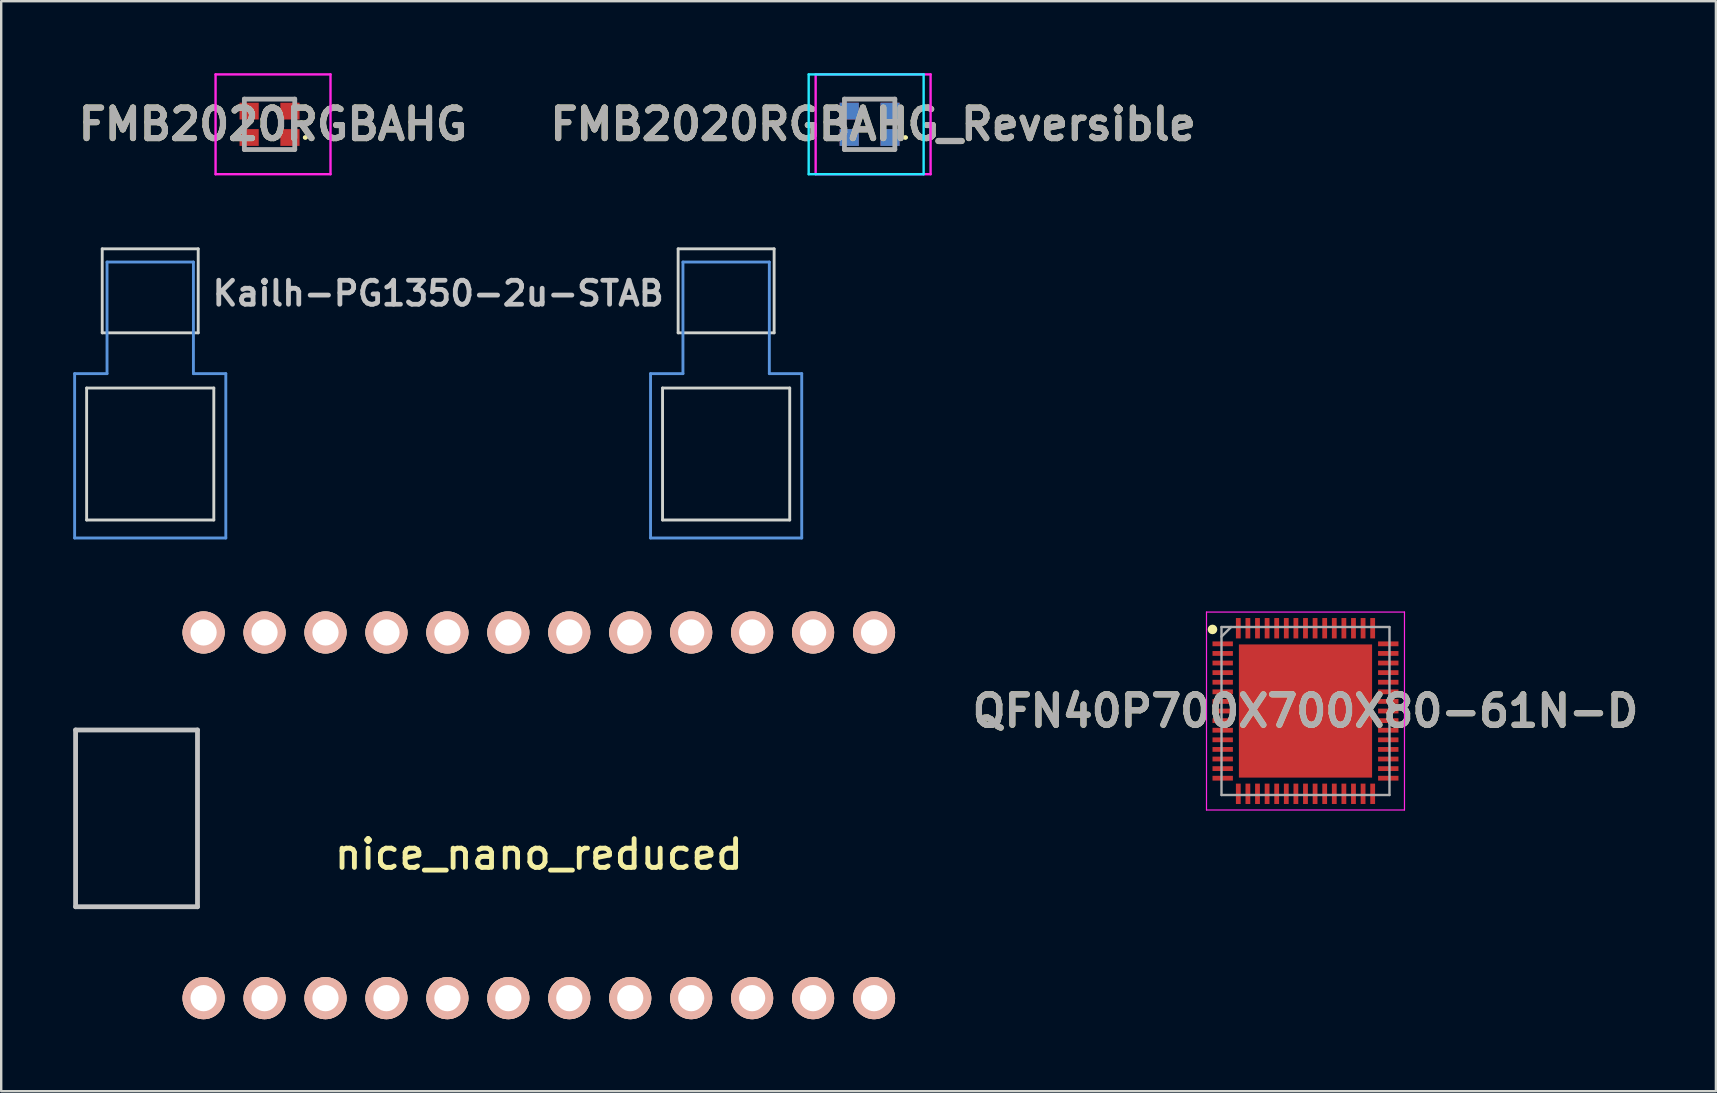
<source format=kicad_pcb>
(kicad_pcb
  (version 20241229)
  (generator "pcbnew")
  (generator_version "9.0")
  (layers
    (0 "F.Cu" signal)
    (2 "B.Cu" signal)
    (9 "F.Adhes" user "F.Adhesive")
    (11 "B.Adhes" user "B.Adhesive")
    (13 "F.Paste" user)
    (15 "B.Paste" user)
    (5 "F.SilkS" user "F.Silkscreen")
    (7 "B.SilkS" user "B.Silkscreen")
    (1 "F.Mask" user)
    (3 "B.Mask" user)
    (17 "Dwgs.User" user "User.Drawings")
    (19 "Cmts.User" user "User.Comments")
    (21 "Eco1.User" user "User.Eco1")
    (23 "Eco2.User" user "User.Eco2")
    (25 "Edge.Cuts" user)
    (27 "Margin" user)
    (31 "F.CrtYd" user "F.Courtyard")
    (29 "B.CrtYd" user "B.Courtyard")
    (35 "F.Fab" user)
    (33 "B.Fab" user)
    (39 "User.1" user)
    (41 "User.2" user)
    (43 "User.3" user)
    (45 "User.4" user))
  (footprint "FMB2020RGBAHG_Reversible"
    (layer "F.Cu")
    (at 33.19 2.13)
    (property "Reference" "FMB2020RGBAHG_Reversible" (at 0.145 0 0) (layer "F.SilkS") (effects (font (size 1.27 1.27) (thickness 0.254))))
    (attr smd)
    (fp_line (start -1.08 -1.08) (end 1.08 -1.08) (stroke (width 0.1) (type solid)) (layer "F.SilkS"))
    (fp_line (start 1.06 1.08) (end -1.08 1.08) (stroke (width 0.1) (type solid)) (layer "F.SilkS"))
    (fp_line (start 1.44 0.55) (end 1.44 0.55) (stroke (width 0.1) (type solid)) (layer "F.SilkS"))
    (fp_line (start 1.54 0.55) (end 1.54 0.55) (stroke (width 0.1) (type solid)) (layer "F.SilkS"))
    (fp_arc (start 1.44 0.55) (mid 1.49 0.5) (end 1.54 0.55) (stroke (width 0.1) (type solid)) (layer "F.SilkS"))
    (fp_arc (start 1.54 0.55) (mid 1.49 0.6) (end 1.44 0.55) (stroke (width 0.1) (type solid)) (layer "F.SilkS"))
    (fp_line (start -2.54 -2.08) (end -2.54 2.08) (stroke (width 0.1) (type solid)) (layer "B.CrtYd"))
    (fp_line (start -2.54 2.08) (end 2.25 2.08) (stroke (width 0.1) (type solid)) (layer "B.CrtYd"))
    (fp_line (start 2.25 -2.08) (end -2.54 -2.08) (stroke (width 0.1) (type solid)) (layer "B.CrtYd"))
    (fp_line (start 2.25 2.08) (end 2.25 -2.08) (stroke (width 0.1) (type solid)) (layer "B.CrtYd"))
    (fp_line (start -2.25 -2.08) (end 2.54 -2.08) (stroke (width 0.1) (type solid)) (layer "F.CrtYd"))
    (fp_line (start -2.25 2.08) (end -2.25 -2.08) (stroke (width 0.1) (type solid)) (layer "F.CrtYd"))
    (fp_line (start 2.54 -2.08) (end 2.54 2.08) (stroke (width 0.1) (type solid)) (layer "F.CrtYd"))
    (fp_line (start 2.54 2.08) (end -2.25 2.08) (stroke (width 0.1) (type solid)) (layer "F.CrtYd"))
    (fp_line (start -1.05 -1.05) (end 1.05 -1.05) (stroke (width 0.2) (type solid)) (layer "F.Fab"))
    (fp_line (start -1.05 1.05) (end -1.05 -1.05) (stroke (width 0.2) (type solid)) (layer "F.Fab"))
    (fp_line (start 1.05 -1.05) (end 1.05 1.05) (stroke (width 0.2) (type solid)) (layer "F.Fab"))
    (fp_line (start 1.05 1.05) (end -1.05 1.05) (stroke (width 0.2) (type solid)) (layer "F.Fab"))
    (fp_text user "${REFERENCE}" (at 0.145 0 0) (layer "F.Fab") (effects (font (size 1.27 1.27) (thickness 0.254))))
    (pad "1" smd rect (at -0.85 0.55 270) (size 0.7 0.8) (layers "B.Cu" "B.Mask" "B.Paste"))
    (pad "1" smd rect (at 0.85 0.55 90) (size 0.7 0.8) (layers "F.Cu" "F.Mask" "F.Paste"))
    (pad "2" smd rect (at -0.85 0.55 90) (size 0.7 0.8) (layers "F.Cu" "F.Mask" "F.Paste"))
    (pad "2" smd rect (at 0.85 0.55 270) (size 0.7 0.8) (layers "B.Cu" "B.Mask" "B.Paste"))
    (pad "3" smd rect (at -0.85 -0.55 90) (size 0.7 0.8) (layers "F.Cu" "F.Mask" "F.Paste"))
    (pad "3" smd rect (at 0.85 -0.55 270) (size 0.7 0.8) (layers "B.Cu" "B.Mask" "B.Paste"))
    (pad "4" smd rect (at -0.85 -0.55 270) (size 0.7 0.8) (layers "B.Cu" "B.Mask" "B.Paste"))
    (pad "4" smd rect (at 0.85 -0.55 90) (size 0.7 0.8) (layers "F.Cu" "F.Mask" "F.Paste")))
  (footprint "nice_nano_reduced"
    (layer "F.Cu")
    (at 19.404 30.926)
    (property "Reference" "nice_nano_reduced" (at 0 1.625 0) (layer "F.SilkS") (effects (font (size 1.2 1.2) (thickness 0.203))))
    (attr through_hole)
    (fp_line (start -19.304 -3.556) (end -14.224 -3.556) (stroke (width 0.2) (type solid)) (layer "Dwgs.User"))
    (fp_line (start -19.304 3.81) (end -19.304 -3.556) (stroke (width 0.2) (type solid)) (layer "Dwgs.User"))
    (fp_line (start -14.224 -3.556) (end -14.224 3.81) (stroke (width 0.2) (type solid)) (layer "Dwgs.User"))
    (fp_line (start -14.224 3.81) (end -19.304 3.81) (stroke (width 0.2) (type solid)) (layer "Dwgs.User"))
    (pad "1" thru_hole circle (at -13.97 7.62) (size 1.753 1.753) (drill 1.092) (layers "*.Cu" "*.SilkS" "*.Mask"))
    (pad "2" thru_hole circle (at -11.43 7.62) (size 1.753 1.753) (drill 1.092) (layers "*.Cu" "*.SilkS" "*.Mask"))
    (pad "3" thru_hole circle (at -8.89 7.62) (size 1.753 1.753) (drill 1.092) (layers "*.Cu" "*.SilkS" "*.Mask"))
    (pad "4" thru_hole circle (at -6.35 7.62) (size 1.753 1.753) (drill 1.092) (layers "*.Cu" "*.SilkS" "*.Mask"))
    (pad "5" thru_hole circle (at -3.81 7.62) (size 1.753 1.753) (drill 1.092) (layers "*.Cu" "*.SilkS" "*.Mask"))
    (pad "6" thru_hole circle (at -1.27 7.62) (size 1.753 1.753) (drill 1.092) (layers "*.Cu" "*.SilkS" "*.Mask"))
    (pad "7" thru_hole circle (at 1.27 7.62) (size 1.753 1.753) (drill 1.092) (layers "*.Cu" "*.SilkS" "*.Mask"))
    (pad "8" thru_hole circle (at 3.81 7.62) (size 1.753 1.753) (drill 1.092) (layers "*.Cu" "*.SilkS" "*.Mask"))
    (pad "9" thru_hole circle (at 6.35 7.62) (size 1.753 1.753) (drill 1.092) (layers "*.Cu" "*.SilkS" "*.Mask"))
    (pad "10" thru_hole circle (at 8.89 7.62) (size 1.753 1.753) (drill 1.092) (layers "*.Cu" "*.SilkS" "*.Mask"))
    (pad "11" thru_hole circle (at 11.43 7.62) (size 1.753 1.753) (drill 1.092) (layers "*.Cu" "*.SilkS" "*.Mask"))
    (pad "12" thru_hole circle (at 13.97 7.62) (size 1.753 1.753) (drill 1.092) (layers "*.Cu" "*.SilkS" "*.Mask"))
    (pad "13" thru_hole circle (at 13.97 -7.62) (size 1.753 1.753) (drill 1.092) (layers "*.Cu" "*.SilkS" "*.Mask"))
    (pad "14" thru_hole circle (at 11.43 -7.62) (size 1.753 1.753) (drill 1.092) (layers "*.Cu" "*.SilkS" "*.Mask"))
    (pad "15" thru_hole circle (at 8.89 -7.62) (size 1.753 1.753) (drill 1.092) (layers "*.Cu" "*.SilkS" "*.Mask"))
    (pad "16" thru_hole circle (at 6.35 -7.62) (size 1.753 1.753) (drill 1.092) (layers "*.Cu" "*.SilkS" "*.Mask"))
    (pad "17" thru_hole circle (at 3.81 -7.62) (size 1.753 1.753) (drill 1.092) (layers "*.Cu" "*.SilkS" "*.Mask"))
    (pad "18" thru_hole circle (at 1.27 -7.62) (size 1.753 1.753) (drill 1.092) (layers "*.Cu" "*.SilkS" "*.Mask"))
    (pad "19" thru_hole circle (at -1.27 -7.62) (size 1.753 1.753) (drill 1.092) (layers "*.Cu" "*.SilkS" "*.Mask"))
    (pad "20" thru_hole circle (at -3.81 -7.62) (size 1.753 1.753) (drill 1.092) (layers "*.Cu" "*.SilkS" "*.Mask"))
    (pad "21" thru_hole circle (at -6.35 -7.62) (size 1.753 1.753) (drill 1.092) (layers "*.Cu" "*.SilkS" "*.Mask"))
    (pad "22" thru_hole circle (at -8.89 -7.62) (size 1.753 1.753) (drill 1.092) (layers "*.Cu" "*.SilkS" "*.Mask"))
    (pad "23" thru_hole circle (at -11.43 -7.62) (size 1.753 1.753) (drill 1.092) (layers "*.Cu" "*.SilkS" "*.Mask"))
    (pad "24" thru_hole circle (at -13.97 -7.62) (size 1.753 1.753) (drill 1.092) (layers "*.Cu" "*.SilkS" "*.Mask")))
  (footprint "FMB2020RGBAHG"
    (layer "F.Cu")
    (at 8.183 2.13)
    (property "Reference" "FMB2020RGBAHG" (at 0.145 0 0) (layer "F.SilkS") (effects (font (size 1.27 1.27) (thickness 0.254))))
    (attr smd)
    (fp_line (start -1.08 -1.08) (end 1.08 -1.08) (stroke (width 0.1) (type solid)) (layer "F.SilkS"))
    (fp_line (start 1.06 1.08) (end -1.08 1.08) (stroke (width 0.1) (type solid)) (layer "F.SilkS"))
    (fp_line (start 1.44 0.55) (end 1.44 0.55) (stroke (width 0.1) (type solid)) (layer "F.SilkS"))
    (fp_line (start 1.54 0.55) (end 1.54 0.55) (stroke (width 0.1) (type solid)) (layer "F.SilkS"))
    (fp_arc (start 1.44 0.55) (mid 1.49 0.5) (end 1.54 0.55) (stroke (width 0.1) (type solid)) (layer "F.SilkS"))
    (fp_arc (start 1.54 0.55) (mid 1.49 0.6) (end 1.44 0.55) (stroke (width 0.1) (type solid)) (layer "F.SilkS"))
    (fp_line (start -2.25 -2.08) (end 2.54 -2.08) (stroke (width 0.1) (type solid)) (layer "F.CrtYd"))
    (fp_line (start -2.25 2.08) (end -2.25 -2.08) (stroke (width 0.1) (type solid)) (layer "F.CrtYd"))
    (fp_line (start 2.54 -2.08) (end 2.54 2.08) (stroke (width 0.1) (type solid)) (layer "F.CrtYd"))
    (fp_line (start 2.54 2.08) (end -2.25 2.08) (stroke (width 0.1) (type solid)) (layer "F.CrtYd"))
    (fp_line (start -1.05 -1.05) (end 1.05 -1.05) (stroke (width 0.2) (type solid)) (layer "F.Fab"))
    (fp_line (start -1.05 1.05) (end -1.05 -1.05) (stroke (width 0.2) (type solid)) (layer "F.Fab"))
    (fp_line (start 1.05 -1.05) (end 1.05 1.05) (stroke (width 0.2) (type solid)) (layer "F.Fab"))
    (fp_line (start 1.05 1.05) (end -1.05 1.05) (stroke (width 0.2) (type solid)) (layer "F.Fab"))
    (fp_text user "${REFERENCE}" (at 0.145 0 0) (layer "F.Fab") (effects (font (size 1.27 1.27) (thickness 0.254))))
    (pad "1" smd rect (at 0.85 0.55 90) (size 0.7 0.8) (layers "F.Cu" "F.Mask" "F.Paste"))
    (pad "2" smd rect (at -0.85 0.55 90) (size 0.7 0.8) (layers "F.Cu" "F.Mask" "F.Paste"))
    (pad "3" smd rect (at -0.85 -0.55 90) (size 0.7 0.8) (layers "F.Cu" "F.Mask" "F.Paste"))
    (pad "4" smd rect (at 0.85 -0.55 90) (size 0.7 0.8) (layers "F.Cu" "F.Mask" "F.Paste")))
  (footprint "Kailh-PG1350-2u-STAB"
    (layer "F.Cu")
    (at 15.21 16.32)
    (property "Reference" "Kailh-PG1350-2u-STAB" (at 0 -7.144 180) (layer "Dwgs.User") (effects (font (size 1 1) (thickness 0.2))))
    (attr through_hole)
    (fp_line (start -15.15 -3.8) (end -13.8 -3.8) (stroke (width 0.12) (type solid)) (layer "Cmts.User"))
    (fp_line (start -15.15 3.05) (end -15.15 -3.8) (stroke (width 0.12) (type solid)) (layer "Cmts.User"))
    (fp_line (start -15.15 3.05) (end -8.85 3.05) (stroke (width 0.12) (type solid)) (layer "Cmts.User"))
    (fp_line (start -13.8 -8.45) (end -13.8 -3.8) (stroke (width 0.12) (type solid)) (layer "Cmts.User"))
    (fp_line (start -13.8 -8.45) (end -10.2 -8.45) (stroke (width 0.12) (type solid)) (layer "Cmts.User"))
    (fp_line (start -10.2 -8.45) (end -10.2 -3.8) (stroke (width 0.12) (type solid)) (layer "Cmts.User"))
    (fp_line (start -10.2 -3.8) (end -8.85 -3.8) (stroke (width 0.12) (type solid)) (layer "Cmts.User"))
    (fp_line (start -8.85 3.05) (end -8.85 -3.8) (stroke (width 0.12) (type solid)) (layer "Cmts.User"))
    (fp_line (start 8.85 -3.8) (end 10.2 -3.8) (stroke (width 0.12) (type solid)) (layer "Cmts.User"))
    (fp_line (start 8.85 3.05) (end 8.85 -3.8) (stroke (width 0.12) (type solid)) (layer "Cmts.User"))
    (fp_line (start 8.85 3.05) (end 15.15 3.05) (stroke (width 0.12) (type solid)) (layer "Cmts.User"))
    (fp_line (start 10.2 -8.45) (end 10.2 -3.8) (stroke (width 0.12) (type solid)) (layer "Cmts.User"))
    (fp_line (start 10.2 -8.45) (end 13.8 -8.45) (stroke (width 0.12) (type solid)) (layer "Cmts.User"))
    (fp_line (start 13.8 -8.45) (end 13.8 -3.8) (stroke (width 0.12) (type solid)) (layer "Cmts.User"))
    (fp_line (start 13.8 -3.8) (end 15.15 -3.8) (stroke (width 0.12) (type solid)) (layer "Cmts.User"))
    (fp_line (start 15.15 3.05) (end 15.15 -3.8) (stroke (width 0.12) (type solid)) (layer "Cmts.User"))
    (fp_line (start -14.65 -3.2) (end -14.65 2.3) (stroke (width 0.12) (type solid)) (layer "Edge.Cuts"))
    (fp_line (start -14.65 -3.2) (end -9.35 -3.2) (stroke (width 0.12) (type solid)) (layer "Edge.Cuts"))
    (fp_line (start -14.65 2.3) (end -9.35 2.3) (stroke (width 0.12) (type solid)) (layer "Edge.Cuts"))
    (fp_line (start -14 -9) (end -14 -5.5) (stroke (width 0.12) (type solid)) (layer "Edge.Cuts"))
    (fp_line (start -14 -9) (end -10 -9) (stroke (width 0.12) (type solid)) (layer "Edge.Cuts"))
    (fp_line (start -14 -5.5) (end -10 -5.5) (stroke (width 0.12) (type solid)) (layer "Edge.Cuts"))
    (fp_line (start -10 -5.5) (end -10 -9) (stroke (width 0.12) (type solid)) (layer "Edge.Cuts"))
    (fp_line (start -9.35 2.3) (end -9.35 -3.2) (stroke (width 0.12) (type solid)) (layer "Edge.Cuts"))
    (fp_line (start 9.35 -3.2) (end 9.35 2.3) (stroke (width 0.12) (type solid)) (layer "Edge.Cuts"))
    (fp_line (start 9.35 -3.2) (end 14.65 -3.2) (stroke (width 0.12) (type solid)) (layer "Edge.Cuts"))
    (fp_line (start 9.35 2.3) (end 14.65 2.3) (stroke (width 0.12) (type solid)) (layer "Edge.Cuts"))
    (fp_line (start 10 -9) (end 10 -5.5) (stroke (width 0.12) (type solid)) (layer "Edge.Cuts"))
    (fp_line (start 10 -9) (end 14 -9) (stroke (width 0.12) (type solid)) (layer "Edge.Cuts"))
    (fp_line (start 10 -5.5) (end 14 -5.5) (stroke (width 0.12) (type solid)) (layer "Edge.Cuts"))
    (fp_line (start 14 -5.5) (end 14 -9) (stroke (width 0.12) (type solid)) (layer "Edge.Cuts"))
    (fp_line (start 14.65 2.3) (end 14.65 -3.2) (stroke (width 0.12) (type solid)) (layer "Edge.Cuts")))
  (footprint "QFN40P700X700X80-61N-D"
    (layer "F.Cu")
    (at 51.353 26.58)
    (property "Reference" "QFN40P700X700X80-61N-D" (at 0 0 0) (layer "F.SilkS") (effects (font (size 1.27 1.27) (thickness 0.254))))
    (attr smd)
    (fp_circle (center -3.875 -3.4) (end -3.875 -3.3) (stroke (width 0.2) (type solid)) (fill no) (layer "F.SilkS"))
    (fp_line (start -4.125 -4.125) (end 4.125 -4.125) (stroke (width 0.05) (type solid)) (layer "F.CrtYd"))
    (fp_line (start -4.125 4.125) (end -4.125 -4.125) (stroke (width 0.05) (type solid)) (layer "F.CrtYd"))
    (fp_line (start 4.125 -4.125) (end 4.125 4.125) (stroke (width 0.05) (type solid)) (layer "F.CrtYd"))
    (fp_line (start 4.125 4.125) (end -4.125 4.125) (stroke (width 0.05) (type solid)) (layer "F.CrtYd"))
    (fp_line (start -3.5 -3.5) (end 3.5 -3.5) (stroke (width 0.1) (type solid)) (layer "F.Fab"))
    (fp_line (start -3.5 -3.1) (end -3.1 -3.5) (stroke (width 0.1) (type solid)) (layer "F.Fab"))
    (fp_line (start -3.5 3.5) (end -3.5 -3.5) (stroke (width 0.1) (type solid)) (layer "F.Fab"))
    (fp_line (start 3.5 -3.5) (end 3.5 3.5) (stroke (width 0.1) (type solid)) (layer "F.Fab"))
    (fp_line (start 3.5 3.5) (end -3.5 3.5) (stroke (width 0.1) (type solid)) (layer "F.Fab"))
    (fp_text user "${REFERENCE}" (at 0 0 0) (layer "F.Fab") (effects (font (size 1.27 1.27) (thickness 0.254))))
    (pad "1" smd rect (at -3.45 -2.8 90) (size 0.2 0.85) (layers "F.Cu" "F.Mask" "F.Paste"))
    (pad "2" smd rect (at -3.45 -2.4 90) (size 0.2 0.85) (layers "F.Cu" "F.Mask" "F.Paste"))
    (pad "3" smd rect (at -3.45 -2 90) (size 0.2 0.85) (layers "F.Cu" "F.Mask" "F.Paste"))
    (pad "4" smd rect (at -3.45 -1.6 90) (size 0.2 0.85) (layers "F.Cu" "F.Mask" "F.Paste"))
    (pad "5" smd rect (at -3.45 -1.2 90) (size 0.2 0.85) (layers "F.Cu" "F.Mask" "F.Paste"))
    (pad "6" smd rect (at -3.45 -0.8 90) (size 0.2 0.85) (layers "F.Cu" "F.Mask" "F.Paste"))
    (pad "7" smd rect (at -3.45 -0.4 90) (size 0.2 0.85) (layers "F.Cu" "F.Mask" "F.Paste"))
    (pad "8" smd rect (at -3.45 0 90) (size 0.2 0.85) (layers "F.Cu" "F.Mask" "F.Paste"))
    (pad "9" smd rect (at -3.45 0.4 90) (size 0.2 0.85) (layers "F.Cu" "F.Mask" "F.Paste"))
    (pad "10" smd rect (at -3.45 0.8 90) (size 0.2 0.85) (layers "F.Cu" "F.Mask" "F.Paste"))
    (pad "11" smd rect (at -3.45 1.2 90) (size 0.2 0.85) (layers "F.Cu" "F.Mask" "F.Paste"))
    (pad "12" smd rect (at -3.45 1.6 90) (size 0.2 0.85) (layers "F.Cu" "F.Mask" "F.Paste"))
    (pad "13" smd rect (at -3.45 2 90) (size 0.2 0.85) (layers "F.Cu" "F.Mask" "F.Paste"))
    (pad "14" smd rect (at -3.45 2.4 90) (size 0.2 0.85) (layers "F.Cu" "F.Mask" "F.Paste"))
    (pad "15" smd rect (at -3.45 2.8 90) (size 0.2 0.85) (layers "F.Cu" "F.Mask" "F.Paste"))
    (pad "16" smd rect (at -2.8 3.45) (size 0.2 0.85) (layers "F.Cu" "F.Mask" "F.Paste"))
    (pad "17" smd rect (at -2.4 3.45) (size 0.2 0.85) (layers "F.Cu" "F.Mask" "F.Paste"))
    (pad "18" smd rect (at -2 3.45) (size 0.2 0.85) (layers "F.Cu" "F.Mask" "F.Paste"))
    (pad "19" smd rect (at -1.6 3.45) (size 0.2 0.85) (layers "F.Cu" "F.Mask" "F.Paste"))
    (pad "20" smd rect (at -1.2 3.45) (size 0.2 0.85) (layers "F.Cu" "F.Mask" "F.Paste"))
    (pad "21" smd rect (at -0.8 3.45) (size 0.2 0.85) (layers "F.Cu" "F.Mask" "F.Paste"))
    (pad "22" smd rect (at -0.4 3.45) (size 0.2 0.85) (layers "F.Cu" "F.Mask" "F.Paste"))
    (pad "23" smd rect (at 0 3.45) (size 0.2 0.85) (layers "F.Cu" "F.Mask" "F.Paste"))
    (pad "24" smd rect (at 0.4 3.45) (size 0.2 0.85) (layers "F.Cu" "F.Mask" "F.Paste"))
    (pad "25" smd rect (at 0.8 3.45) (size 0.2 0.85) (layers "F.Cu" "F.Mask" "F.Paste"))
    (pad "26" smd rect (at 1.2 3.45) (size 0.2 0.85) (layers "F.Cu" "F.Mask" "F.Paste"))
    (pad "27" smd rect (at 1.6 3.45) (size 0.2 0.85) (layers "F.Cu" "F.Mask" "F.Paste"))
    (pad "28" smd rect (at 2 3.45) (size 0.2 0.85) (layers "F.Cu" "F.Mask" "F.Paste"))
    (pad "29" smd rect (at 2.4 3.45) (size 0.2 0.85) (layers "F.Cu" "F.Mask" "F.Paste"))
    (pad "30" smd rect (at 2.8 3.45) (size 0.2 0.85) (layers "F.Cu" "F.Mask" "F.Paste"))
    (pad "31" smd rect (at 3.45 2.8 90) (size 0.2 0.85) (layers "F.Cu" "F.Mask" "F.Paste"))
    (pad "32" smd rect (at 3.45 2.4 90) (size 0.2 0.85) (layers "F.Cu" "F.Mask" "F.Paste"))
    (pad "33" smd rect (at 3.45 2 90) (size 0.2 0.85) (layers "F.Cu" "F.Mask" "F.Paste"))
    (pad "34" smd rect (at 3.45 1.6 90) (size 0.2 0.85) (layers "F.Cu" "F.Mask" "F.Paste"))
    (pad "35" smd rect (at 3.45 1.2 90) (size 0.2 0.85) (layers "F.Cu" "F.Mask" "F.Paste"))
    (pad "36" smd rect (at 3.45 0.8 90) (size 0.2 0.85) (layers "F.Cu" "F.Mask" "F.Paste"))
    (pad "37" smd rect (at 3.45 0.4 90) (size 0.2 0.85) (layers "F.Cu" "F.Mask" "F.Paste"))
    (pad "38" smd rect (at 3.45 0 90) (size 0.2 0.85) (layers "F.Cu" "F.Mask" "F.Paste"))
    (pad "39" smd rect (at 3.45 -0.4 90) (size 0.2 0.85) (layers "F.Cu" "F.Mask" "F.Paste"))
    (pad "40" smd rect (at 3.45 -0.8 90) (size 0.2 0.85) (layers "F.Cu" "F.Mask" "F.Paste"))
    (pad "41" smd rect (at 3.45 -1.2 90) (size 0.2 0.85) (layers "F.Cu" "F.Mask" "F.Paste"))
    (pad "42" smd rect (at 3.45 -1.6 90) (size 0.2 0.85) (layers "F.Cu" "F.Mask" "F.Paste"))
    (pad "43" smd rect (at 3.45 -2 90) (size 0.2 0.85) (layers "F.Cu" "F.Mask" "F.Paste"))
    (pad "44" smd rect (at 3.45 -2.4 90) (size 0.2 0.85) (layers "F.Cu" "F.Mask" "F.Paste"))
    (pad "45" smd rect (at 3.45 -2.8 90) (size 0.2 0.85) (layers "F.Cu" "F.Mask" "F.Paste"))
    (pad "46" smd rect (at 2.8 -3.45) (size 0.2 0.85) (layers "F.Cu" "F.Mask" "F.Paste"))
    (pad "47" smd rect (at 2.4 -3.45) (size 0.2 0.85) (layers "F.Cu" "F.Mask" "F.Paste"))
    (pad "48" smd rect (at 2 -3.45) (size 0.2 0.85) (layers "F.Cu" "F.Mask" "F.Paste"))
    (pad "49" smd rect (at 1.6 -3.45) (size 0.2 0.85) (layers "F.Cu" "F.Mask" "F.Paste"))
    (pad "50" smd rect (at 1.2 -3.45) (size 0.2 0.85) (layers "F.Cu" "F.Mask" "F.Paste"))
    (pad "51" smd rect (at 0.8 -3.45) (size 0.2 0.85) (layers "F.Cu" "F.Mask" "F.Paste"))
    (pad "52" smd rect (at 0.4 -3.45) (size 0.2 0.85) (layers "F.Cu" "F.Mask" "F.Paste"))
    (pad "53" smd rect (at 0 -3.45) (size 0.2 0.85) (layers "F.Cu" "F.Mask" "F.Paste"))
    (pad "54" smd rect (at -0.4 -3.45) (size 0.2 0.85) (layers "F.Cu" "F.Mask" "F.Paste"))
    (pad "55" smd rect (at -0.8 -3.45) (size 0.2 0.85) (layers "F.Cu" "F.Mask" "F.Paste"))
    (pad "56" smd rect (at -1.2 -3.45) (size 0.2 0.85) (layers "F.Cu" "F.Mask" "F.Paste"))
    (pad "57" smd rect (at -1.6 -3.45) (size 0.2 0.85) (layers "F.Cu" "F.Mask" "F.Paste"))
    (pad "58" smd rect (at -2 -3.45) (size 0.2 0.85) (layers "F.Cu" "F.Mask" "F.Paste"))
    (pad "59" smd rect (at -2.4 -3.45) (size 0.2 0.85) (layers "F.Cu" "F.Mask" "F.Paste"))
    (pad "60" smd rect (at -2.8 -3.45) (size 0.2 0.85) (layers "F.Cu" "F.Mask" "F.Paste"))
    (pad "61" smd rect (at 0 0) (size 5.55 5.55) (layers "F.Cu" "F.Mask" "F.Paste")))
  (gr_rect
    (start -3 -3)
    (end 68.456 42.423)
    (stroke (width 0.1) (type default))
    (fill no)
    (layer "Edge.Cuts")))
</source>
